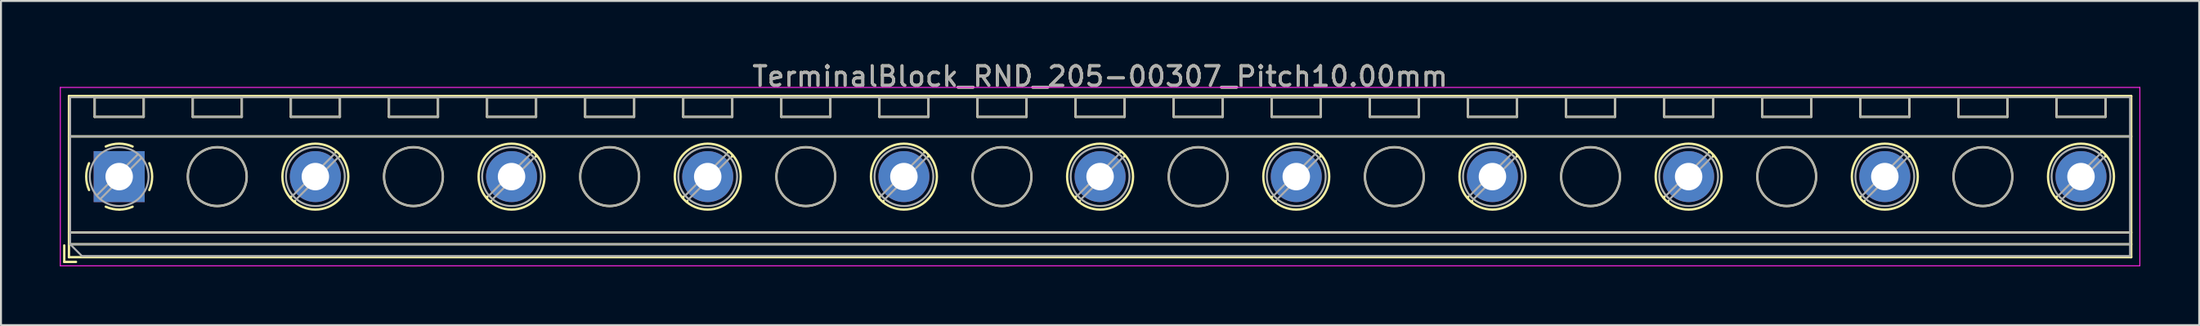
<source format=kicad_pcb>
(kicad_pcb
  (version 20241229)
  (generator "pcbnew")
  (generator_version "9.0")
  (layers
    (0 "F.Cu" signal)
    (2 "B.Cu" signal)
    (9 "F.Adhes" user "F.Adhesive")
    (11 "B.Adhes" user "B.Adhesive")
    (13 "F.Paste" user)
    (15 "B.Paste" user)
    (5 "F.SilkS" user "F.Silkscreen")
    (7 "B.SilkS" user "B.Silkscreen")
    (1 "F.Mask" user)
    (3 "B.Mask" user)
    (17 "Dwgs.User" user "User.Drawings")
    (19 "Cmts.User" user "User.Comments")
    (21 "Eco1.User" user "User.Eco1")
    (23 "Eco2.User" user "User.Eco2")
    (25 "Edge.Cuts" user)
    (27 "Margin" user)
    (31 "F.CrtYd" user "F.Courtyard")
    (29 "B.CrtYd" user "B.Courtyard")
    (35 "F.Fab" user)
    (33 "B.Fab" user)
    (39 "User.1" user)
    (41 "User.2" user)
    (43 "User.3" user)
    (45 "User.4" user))
  (footprint "TerminalBlock_RND_205-00307_Pitch10.00mm"
    (layer "F.Cu")
    (at 3.025 5.958)
    (property "Reference" "TerminalBlock_RND_205-00307_Pitch10.00mm" (at 50 -5.11 0) (layer "F.SilkS") (effects (font (size 1 1) (thickness 0.15))))
    (attr through_hole)
    (fp_line (start -2.8 3.51) (end -2.8 4.35) (stroke (width 0.12) (type solid)) (layer "F.SilkS"))
    (fp_line (start -2.8 4.35) (end -2.2 4.35) (stroke (width 0.12) (type solid)) (layer "F.SilkS"))
    (fp_line (start -2.56 -4.11) (end -2.56 4.11) (stroke (width 0.12) (type solid)) (layer "F.SilkS"))
    (fp_line (start -2.56 -2.05) (end 102.56 -2.05) (stroke (width 0.12) (type solid)) (layer "F.SilkS"))
    (fp_line (start -2.56 2.85) (end 102.56 2.85) (stroke (width 0.12) (type solid)) (layer "F.SilkS"))
    (fp_line (start -2.56 3.45) (end 102.56 3.45) (stroke (width 0.12) (type solid)) (layer "F.SilkS"))
    (fp_line (start -2.56 4.11) (end 102.56 4.11) (stroke (width 0.12) (type solid)) (layer "F.SilkS"))
    (fp_line (start -1.25 -4.05) (end -1.25 -3.05) (stroke (width 0.12) (type solid)) (layer "F.SilkS"))
    (fp_line (start -1.25 -4.05) (end 1.25 -4.05) (stroke (width 0.12) (type solid)) (layer "F.SilkS"))
    (fp_line (start -1.25 -3.05) (end 1.25 -3.05) (stroke (width 0.12) (type solid)) (layer "F.SilkS"))
    (fp_line (start 1.25 -4.05) (end 1.25 -3.05) (stroke (width 0.12) (type solid)) (layer "F.SilkS"))
    (fp_line (start 3.75 -4.05) (end 3.75 -3.05) (stroke (width 0.12) (type solid)) (layer "F.SilkS"))
    (fp_line (start 3.75 -4.05) (end 6.25 -4.05) (stroke (width 0.12) (type solid)) (layer "F.SilkS"))
    (fp_line (start 3.75 -3.05) (end 6.25 -3.05) (stroke (width 0.12) (type solid)) (layer "F.SilkS"))
    (fp_line (start 6.25 -4.05) (end 6.25 -3.05) (stroke (width 0.12) (type solid)) (layer "F.SilkS"))
    (fp_line (start 8.75 -4.05) (end 8.75 -3.05) (stroke (width 0.12) (type solid)) (layer "F.SilkS"))
    (fp_line (start 8.75 -4.05) (end 11.25 -4.05) (stroke (width 0.12) (type solid)) (layer "F.SilkS"))
    (fp_line (start 8.75 -3.05) (end 11.25 -3.05) (stroke (width 0.12) (type solid)) (layer "F.SilkS"))
    (fp_line (start 8.773 1.023) (end 8.726 1.069) (stroke (width 0.12) (type solid)) (layer "F.SilkS"))
    (fp_line (start 8.966 1.239) (end 8.931 1.274) (stroke (width 0.12) (type solid)) (layer "F.SilkS"))
    (fp_line (start 11.07 -1.275) (end 11.035 -1.239) (stroke (width 0.12) (type solid)) (layer "F.SilkS"))
    (fp_line (start 11.25 -4.05) (end 11.25 -3.05) (stroke (width 0.12) (type solid)) (layer "F.SilkS"))
    (fp_line (start 11.275 -1.069) (end 11.228 -1.023) (stroke (width 0.12) (type solid)) (layer "F.SilkS"))
    (fp_line (start 13.75 -4.05) (end 13.75 -3.05) (stroke (width 0.12) (type solid)) (layer "F.SilkS"))
    (fp_line (start 13.75 -4.05) (end 16.25 -4.05) (stroke (width 0.12) (type solid)) (layer "F.SilkS"))
    (fp_line (start 13.75 -3.05) (end 16.25 -3.05) (stroke (width 0.12) (type solid)) (layer "F.SilkS"))
    (fp_line (start 16.25 -4.05) (end 16.25 -3.05) (stroke (width 0.12) (type solid)) (layer "F.SilkS"))
    (fp_line (start 18.75 -4.05) (end 18.75 -3.05) (stroke (width 0.12) (type solid)) (layer "F.SilkS"))
    (fp_line (start 18.75 -4.05) (end 21.25 -4.05) (stroke (width 0.12) (type solid)) (layer "F.SilkS"))
    (fp_line (start 18.75 -3.05) (end 21.25 -3.05) (stroke (width 0.12) (type solid)) (layer "F.SilkS"))
    (fp_line (start 18.773 1.023) (end 18.726 1.069) (stroke (width 0.12) (type solid)) (layer "F.SilkS"))
    (fp_line (start 18.966 1.239) (end 18.931 1.274) (stroke (width 0.12) (type solid)) (layer "F.SilkS"))
    (fp_line (start 21.07 -1.275) (end 21.035 -1.239) (stroke (width 0.12) (type solid)) (layer "F.SilkS"))
    (fp_line (start 21.25 -4.05) (end 21.25 -3.05) (stroke (width 0.12) (type solid)) (layer "F.SilkS"))
    (fp_line (start 21.275 -1.069) (end 21.228 -1.023) (stroke (width 0.12) (type solid)) (layer "F.SilkS"))
    (fp_line (start 23.75 -4.05) (end 23.75 -3.05) (stroke (width 0.12) (type solid)) (layer "F.SilkS"))
    (fp_line (start 23.75 -4.05) (end 26.25 -4.05) (stroke (width 0.12) (type solid)) (layer "F.SilkS"))
    (fp_line (start 23.75 -3.05) (end 26.25 -3.05) (stroke (width 0.12) (type solid)) (layer "F.SilkS"))
    (fp_line (start 26.25 -4.05) (end 26.25 -3.05) (stroke (width 0.12) (type solid)) (layer "F.SilkS"))
    (fp_line (start 28.75 -4.05) (end 28.75 -3.05) (stroke (width 0.12) (type solid)) (layer "F.SilkS"))
    (fp_line (start 28.75 -4.05) (end 31.25 -4.05) (stroke (width 0.12) (type solid)) (layer "F.SilkS"))
    (fp_line (start 28.75 -3.05) (end 31.25 -3.05) (stroke (width 0.12) (type solid)) (layer "F.SilkS"))
    (fp_line (start 28.773 1.023) (end 28.726 1.069) (stroke (width 0.12) (type solid)) (layer "F.SilkS"))
    (fp_line (start 28.966 1.239) (end 28.931 1.274) (stroke (width 0.12) (type solid)) (layer "F.SilkS"))
    (fp_line (start 31.07 -1.275) (end 31.035 -1.239) (stroke (width 0.12) (type solid)) (layer "F.SilkS"))
    (fp_line (start 31.25 -4.05) (end 31.25 -3.05) (stroke (width 0.12) (type solid)) (layer "F.SilkS"))
    (fp_line (start 31.275 -1.069) (end 31.228 -1.023) (stroke (width 0.12) (type solid)) (layer "F.SilkS"))
    (fp_line (start 33.75 -4.05) (end 33.75 -3.05) (stroke (width 0.12) (type solid)) (layer "F.SilkS"))
    (fp_line (start 33.75 -4.05) (end 36.25 -4.05) (stroke (width 0.12) (type solid)) (layer "F.SilkS"))
    (fp_line (start 33.75 -3.05) (end 36.25 -3.05) (stroke (width 0.12) (type solid)) (layer "F.SilkS"))
    (fp_line (start 36.25 -4.05) (end 36.25 -3.05) (stroke (width 0.12) (type solid)) (layer "F.SilkS"))
    (fp_line (start 38.75 -4.05) (end 38.75 -3.05) (stroke (width 0.12) (type solid)) (layer "F.SilkS"))
    (fp_line (start 38.75 -4.05) (end 41.25 -4.05) (stroke (width 0.12) (type solid)) (layer "F.SilkS"))
    (fp_line (start 38.75 -3.05) (end 41.25 -3.05) (stroke (width 0.12) (type solid)) (layer "F.SilkS"))
    (fp_line (start 38.773 1.023) (end 38.726 1.069) (stroke (width 0.12) (type solid)) (layer "F.SilkS"))
    (fp_line (start 38.966 1.239) (end 38.931 1.274) (stroke (width 0.12) (type solid)) (layer "F.SilkS"))
    (fp_line (start 41.07 -1.275) (end 41.035 -1.239) (stroke (width 0.12) (type solid)) (layer "F.SilkS"))
    (fp_line (start 41.25 -4.05) (end 41.25 -3.05) (stroke (width 0.12) (type solid)) (layer "F.SilkS"))
    (fp_line (start 41.275 -1.069) (end 41.228 -1.023) (stroke (width 0.12) (type solid)) (layer "F.SilkS"))
    (fp_line (start 43.75 -4.05) (end 43.75 -3.05) (stroke (width 0.12) (type solid)) (layer "F.SilkS"))
    (fp_line (start 43.75 -4.05) (end 46.25 -4.05) (stroke (width 0.12) (type solid)) (layer "F.SilkS"))
    (fp_line (start 43.75 -3.05) (end 46.25 -3.05) (stroke (width 0.12) (type solid)) (layer "F.SilkS"))
    (fp_line (start 46.25 -4.05) (end 46.25 -3.05) (stroke (width 0.12) (type solid)) (layer "F.SilkS"))
    (fp_line (start 48.75 -4.05) (end 48.75 -3.05) (stroke (width 0.12) (type solid)) (layer "F.SilkS"))
    (fp_line (start 48.75 -4.05) (end 51.25 -4.05) (stroke (width 0.12) (type solid)) (layer "F.SilkS"))
    (fp_line (start 48.75 -3.05) (end 51.25 -3.05) (stroke (width 0.12) (type solid)) (layer "F.SilkS"))
    (fp_line (start 48.773 1.023) (end 48.726 1.069) (stroke (width 0.12) (type solid)) (layer "F.SilkS"))
    (fp_line (start 48.966 1.239) (end 48.931 1.274) (stroke (width 0.12) (type solid)) (layer "F.SilkS"))
    (fp_line (start 51.07 -1.275) (end 51.035 -1.239) (stroke (width 0.12) (type solid)) (layer "F.SilkS"))
    (fp_line (start 51.25 -4.05) (end 51.25 -3.05) (stroke (width 0.12) (type solid)) (layer "F.SilkS"))
    (fp_line (start 51.275 -1.069) (end 51.228 -1.023) (stroke (width 0.12) (type solid)) (layer "F.SilkS"))
    (fp_line (start 53.75 -4.05) (end 53.75 -3.05) (stroke (width 0.12) (type solid)) (layer "F.SilkS"))
    (fp_line (start 53.75 -4.05) (end 56.25 -4.05) (stroke (width 0.12) (type solid)) (layer "F.SilkS"))
    (fp_line (start 53.75 -3.05) (end 56.25 -3.05) (stroke (width 0.12) (type solid)) (layer "F.SilkS"))
    (fp_line (start 56.25 -4.05) (end 56.25 -3.05) (stroke (width 0.12) (type solid)) (layer "F.SilkS"))
    (fp_line (start 58.75 -4.05) (end 58.75 -3.05) (stroke (width 0.12) (type solid)) (layer "F.SilkS"))
    (fp_line (start 58.75 -4.05) (end 61.25 -4.05) (stroke (width 0.12) (type solid)) (layer "F.SilkS"))
    (fp_line (start 58.75 -3.05) (end 61.25 -3.05) (stroke (width 0.12) (type solid)) (layer "F.SilkS"))
    (fp_line (start 58.773 1.023) (end 58.726 1.069) (stroke (width 0.12) (type solid)) (layer "F.SilkS"))
    (fp_line (start 58.966 1.239) (end 58.931 1.274) (stroke (width 0.12) (type solid)) (layer "F.SilkS"))
    (fp_line (start 61.07 -1.275) (end 61.035 -1.239) (stroke (width 0.12) (type solid)) (layer "F.SilkS"))
    (fp_line (start 61.25 -4.05) (end 61.25 -3.05) (stroke (width 0.12) (type solid)) (layer "F.SilkS"))
    (fp_line (start 61.275 -1.069) (end 61.228 -1.023) (stroke (width 0.12) (type solid)) (layer "F.SilkS"))
    (fp_line (start 63.75 -4.05) (end 63.75 -3.05) (stroke (width 0.12) (type solid)) (layer "F.SilkS"))
    (fp_line (start 63.75 -4.05) (end 66.25 -4.05) (stroke (width 0.12) (type solid)) (layer "F.SilkS"))
    (fp_line (start 63.75 -3.05) (end 66.25 -3.05) (stroke (width 0.12) (type solid)) (layer "F.SilkS"))
    (fp_line (start 66.25 -4.05) (end 66.25 -3.05) (stroke (width 0.12) (type solid)) (layer "F.SilkS"))
    (fp_line (start 68.75 -4.05) (end 68.75 -3.05) (stroke (width 0.12) (type solid)) (layer "F.SilkS"))
    (fp_line (start 68.75 -4.05) (end 71.25 -4.05) (stroke (width 0.12) (type solid)) (layer "F.SilkS"))
    (fp_line (start 68.75 -3.05) (end 71.25 -3.05) (stroke (width 0.12) (type solid)) (layer "F.SilkS"))
    (fp_line (start 68.773 1.023) (end 68.726 1.069) (stroke (width 0.12) (type solid)) (layer "F.SilkS"))
    (fp_line (start 68.966 1.239) (end 68.931 1.274) (stroke (width 0.12) (type solid)) (layer "F.SilkS"))
    (fp_line (start 71.07 -1.275) (end 71.035 -1.239) (stroke (width 0.12) (type solid)) (layer "F.SilkS"))
    (fp_line (start 71.25 -4.05) (end 71.25 -3.05) (stroke (width 0.12) (type solid)) (layer "F.SilkS"))
    (fp_line (start 71.275 -1.069) (end 71.228 -1.023) (stroke (width 0.12) (type solid)) (layer "F.SilkS"))
    (fp_line (start 73.75 -4.05) (end 73.75 -3.05) (stroke (width 0.12) (type solid)) (layer "F.SilkS"))
    (fp_line (start 73.75 -4.05) (end 76.25 -4.05) (stroke (width 0.12) (type solid)) (layer "F.SilkS"))
    (fp_line (start 73.75 -3.05) (end 76.25 -3.05) (stroke (width 0.12) (type solid)) (layer "F.SilkS"))
    (fp_line (start 76.25 -4.05) (end 76.25 -3.05) (stroke (width 0.12) (type solid)) (layer "F.SilkS"))
    (fp_line (start 78.75 -4.05) (end 78.75 -3.05) (stroke (width 0.12) (type solid)) (layer "F.SilkS"))
    (fp_line (start 78.75 -4.05) (end 81.25 -4.05) (stroke (width 0.12) (type solid)) (layer "F.SilkS"))
    (fp_line (start 78.75 -3.05) (end 81.25 -3.05) (stroke (width 0.12) (type solid)) (layer "F.SilkS"))
    (fp_line (start 78.773 1.023) (end 78.726 1.069) (stroke (width 0.12) (type solid)) (layer "F.SilkS"))
    (fp_line (start 78.966 1.239) (end 78.931 1.274) (stroke (width 0.12) (type solid)) (layer "F.SilkS"))
    (fp_line (start 81.07 -1.275) (end 81.035 -1.239) (stroke (width 0.12) (type solid)) (layer "F.SilkS"))
    (fp_line (start 81.25 -4.05) (end 81.25 -3.05) (stroke (width 0.12) (type solid)) (layer "F.SilkS"))
    (fp_line (start 81.275 -1.069) (end 81.228 -1.023) (stroke (width 0.12) (type solid)) (layer "F.SilkS"))
    (fp_line (start 83.75 -4.05) (end 83.75 -3.05) (stroke (width 0.12) (type solid)) (layer "F.SilkS"))
    (fp_line (start 83.75 -4.05) (end 86.25 -4.05) (stroke (width 0.12) (type solid)) (layer "F.SilkS"))
    (fp_line (start 83.75 -3.05) (end 86.25 -3.05) (stroke (width 0.12) (type solid)) (layer "F.SilkS"))
    (fp_line (start 86.25 -4.05) (end 86.25 -3.05) (stroke (width 0.12) (type solid)) (layer "F.SilkS"))
    (fp_line (start 88.75 -4.05) (end 88.75 -3.05) (stroke (width 0.12) (type solid)) (layer "F.SilkS"))
    (fp_line (start 88.75 -4.05) (end 91.25 -4.05) (stroke (width 0.12) (type solid)) (layer "F.SilkS"))
    (fp_line (start 88.75 -3.05) (end 91.25 -3.05) (stroke (width 0.12) (type solid)) (layer "F.SilkS"))
    (fp_line (start 88.773 1.023) (end 88.726 1.069) (stroke (width 0.12) (type solid)) (layer "F.SilkS"))
    (fp_line (start 88.966 1.239) (end 88.931 1.274) (stroke (width 0.12) (type solid)) (layer "F.SilkS"))
    (fp_line (start 91.07 -1.275) (end 91.035 -1.239) (stroke (width 0.12) (type solid)) (layer "F.SilkS"))
    (fp_line (start 91.25 -4.05) (end 91.25 -3.05) (stroke (width 0.12) (type solid)) (layer "F.SilkS"))
    (fp_line (start 91.275 -1.069) (end 91.228 -1.023) (stroke (width 0.12) (type solid)) (layer "F.SilkS"))
    (fp_line (start 93.75 -4.05) (end 93.75 -3.05) (stroke (width 0.12) (type solid)) (layer "F.SilkS"))
    (fp_line (start 93.75 -4.05) (end 96.25 -4.05) (stroke (width 0.12) (type solid)) (layer "F.SilkS"))
    (fp_line (start 93.75 -3.05) (end 96.25 -3.05) (stroke (width 0.12) (type solid)) (layer "F.SilkS"))
    (fp_line (start 96.25 -4.05) (end 96.25 -3.05) (stroke (width 0.12) (type solid)) (layer "F.SilkS"))
    (fp_line (start 98.75 -4.05) (end 98.75 -3.05) (stroke (width 0.12) (type solid)) (layer "F.SilkS"))
    (fp_line (start 98.75 -4.05) (end 101.25 -4.05) (stroke (width 0.12) (type solid)) (layer "F.SilkS"))
    (fp_line (start 98.75 -3.05) (end 101.25 -3.05) (stroke (width 0.12) (type solid)) (layer "F.SilkS"))
    (fp_line (start 98.773 1.023) (end 98.726 1.069) (stroke (width 0.12) (type solid)) (layer "F.SilkS"))
    (fp_line (start 98.966 1.239) (end 98.931 1.274) (stroke (width 0.12) (type solid)) (layer "F.SilkS"))
    (fp_line (start 101.07 -1.275) (end 101.035 -1.239) (stroke (width 0.12) (type solid)) (layer "F.SilkS"))
    (fp_line (start 101.25 -4.05) (end 101.25 -3.05) (stroke (width 0.12) (type solid)) (layer "F.SilkS"))
    (fp_line (start 101.275 -1.069) (end 101.228 -1.023) (stroke (width 0.12) (type solid)) (layer "F.SilkS"))
    (fp_line (start 102.56 -4.11) (end -2.56 -4.11) (stroke (width 0.12) (type solid)) (layer "F.SilkS"))
    (fp_line (start 102.56 4.11) (end 102.56 -4.11) (stroke (width 0.12) (type solid)) (layer "F.SilkS"))
    (fp_arc (start -1.535427 0.683042) (mid -1.680501 -0.000524) (end -1.535 -0.684) (stroke (width 0.12) (type solid)) (layer "F.SilkS"))
    (fp_arc (start -0.683042 -1.535427) (mid 0.000524 -1.680501) (end 0.684 -1.535) (stroke (width 0.12) (type solid)) (layer "F.SilkS"))
    (fp_arc (start 0.028805 1.680253) (mid -0.335551 1.646659) (end -0.684 1.535) (stroke (width 0.12) (type solid)) (layer "F.SilkS"))
    (fp_arc (start 0.683318 1.534756) (mid 0.349292 1.643288) (end 0 1.68) (stroke (width 0.12) (type solid)) (layer "F.SilkS"))
    (fp_arc (start 1.535427 -0.683042) (mid 1.680501 0.000524) (end 1.535 0.684) (stroke (width 0.12) (type solid)) (layer "F.SilkS"))
    (fp_circle (center 5 0) (end 6.5 0) (stroke (width 0.12) (type solid)) (fill no) (layer "F.SilkS"))
    (fp_circle (center 10 0) (end 11.68 0) (stroke (width 0.12) (type solid)) (fill no) (layer "F.SilkS"))
    (fp_circle (center 15 0) (end 16.5 0) (stroke (width 0.12) (type solid)) (fill no) (layer "F.SilkS"))
    (fp_circle (center 20 0) (end 21.68 0) (stroke (width 0.12) (type solid)) (fill no) (layer "F.SilkS"))
    (fp_circle (center 25 0) (end 26.5 0) (stroke (width 0.12) (type solid)) (fill no) (layer "F.SilkS"))
    (fp_circle (center 30 0) (end 31.68 0) (stroke (width 0.12) (type solid)) (fill no) (layer "F.SilkS"))
    (fp_circle (center 35 0) (end 36.5 0) (stroke (width 0.12) (type solid)) (fill no) (layer "F.SilkS"))
    (fp_circle (center 40 0) (end 41.68 0) (stroke (width 0.12) (type solid)) (fill no) (layer "F.SilkS"))
    (fp_circle (center 45 0) (end 46.5 0) (stroke (width 0.12) (type solid)) (fill no) (layer "F.SilkS"))
    (fp_circle (center 50 0) (end 51.68 0) (stroke (width 0.12) (type solid)) (fill no) (layer "F.SilkS"))
    (fp_circle (center 55 0) (end 56.5 0) (stroke (width 0.12) (type solid)) (fill no) (layer "F.SilkS"))
    (fp_circle (center 60 0) (end 61.68 0) (stroke (width 0.12) (type solid)) (fill no) (layer "F.SilkS"))
    (fp_circle (center 65 0) (end 66.5 0) (stroke (width 0.12) (type solid)) (fill no) (layer "F.SilkS"))
    (fp_circle (center 70 0) (end 71.68 0) (stroke (width 0.12) (type solid)) (fill no) (layer "F.SilkS"))
    (fp_circle (center 75 0) (end 76.5 0) (stroke (width 0.12) (type solid)) (fill no) (layer "F.SilkS"))
    (fp_circle (center 80 0) (end 81.68 0) (stroke (width 0.12) (type solid)) (fill no) (layer "F.SilkS"))
    (fp_circle (center 85 0) (end 86.5 0) (stroke (width 0.12) (type solid)) (fill no) (layer "F.SilkS"))
    (fp_circle (center 90 0) (end 91.68 0) (stroke (width 0.12) (type solid)) (fill no) (layer "F.SilkS"))
    (fp_circle (center 95 0) (end 96.5 0) (stroke (width 0.12) (type solid)) (fill no) (layer "F.SilkS"))
    (fp_circle (center 100 0) (end 101.68 0) (stroke (width 0.12) (type solid)) (fill no) (layer "F.SilkS"))
    (fp_line (start -3 -4.55) (end -3 4.55) (stroke (width 0.05) (type solid)) (layer "F.CrtYd"))
    (fp_line (start -3 4.55) (end 103 4.55) (stroke (width 0.05) (type solid)) (layer "F.CrtYd"))
    (fp_line (start 103 -4.55) (end -3 -4.55) (stroke (width 0.05) (type solid)) (layer "F.CrtYd"))
    (fp_line (start 103 4.55) (end 103 -4.55) (stroke (width 0.05) (type solid)) (layer "F.CrtYd"))
    (fp_line (start -2.5 -4.05) (end 102.5 -4.05) (stroke (width 0.1) (type solid)) (layer "F.Fab"))
    (fp_line (start -2.5 -2.05) (end 102.5 -2.05) (stroke (width 0.1) (type solid)) (layer "F.Fab"))
    (fp_line (start -2.5 2.85) (end 102.5 2.85) (stroke (width 0.1) (type solid)) (layer "F.Fab"))
    (fp_line (start -2.5 3.45) (end -2.5 -4.05) (stroke (width 0.1) (type solid)) (layer "F.Fab"))
    (fp_line (start -2.5 3.45) (end 102.5 3.45) (stroke (width 0.1) (type solid)) (layer "F.Fab"))
    (fp_line (start -1.9 4.05) (end -2.5 3.45) (stroke (width 0.1) (type solid)) (layer "F.Fab"))
    (fp_line (start -1.25 -4.05) (end -1.25 -3.05) (stroke (width 0.1) (type solid)) (layer "F.Fab"))
    (fp_line (start -1.25 -3.05) (end 1.25 -3.05) (stroke (width 0.1) (type solid)) (layer "F.Fab"))
    (fp_line (start 0.955 -1.138) (end -1.138 0.955) (stroke (width 0.1) (type solid)) (layer "F.Fab"))
    (fp_line (start 1.138 -0.955) (end -0.955 1.138) (stroke (width 0.1) (type solid)) (layer "F.Fab"))
    (fp_line (start 1.25 -4.05) (end -1.25 -4.05) (stroke (width 0.1) (type solid)) (layer "F.Fab"))
    (fp_line (start 1.25 -3.05) (end 1.25 -4.05) (stroke (width 0.1) (type solid)) (layer "F.Fab"))
    (fp_line (start 3.75 -4.05) (end 3.75 -3.05) (stroke (width 0.1) (type solid)) (layer "F.Fab"))
    (fp_line (start 3.75 -3.05) (end 6.25 -3.05) (stroke (width 0.1) (type solid)) (layer "F.Fab"))
    (fp_line (start 6.25 -4.05) (end 3.75 -4.05) (stroke (width 0.1) (type solid)) (layer "F.Fab"))
    (fp_line (start 6.25 -3.05) (end 6.25 -4.05) (stroke (width 0.1) (type solid)) (layer "F.Fab"))
    (fp_line (start 8.75 -4.05) (end 8.75 -3.05) (stroke (width 0.1) (type solid)) (layer "F.Fab"))
    (fp_line (start 8.75 -3.05) (end 11.25 -3.05) (stroke (width 0.1) (type solid)) (layer "F.Fab"))
    (fp_line (start 10.955 -1.138) (end 8.863 0.955) (stroke (width 0.1) (type solid)) (layer "F.Fab"))
    (fp_line (start 11.138 -0.955) (end 9.046 1.138) (stroke (width 0.1) (type solid)) (layer "F.Fab"))
    (fp_line (start 11.25 -4.05) (end 8.75 -4.05) (stroke (width 0.1) (type solid)) (layer "F.Fab"))
    (fp_line (start 11.25 -3.05) (end 11.25 -4.05) (stroke (width 0.1) (type solid)) (layer "F.Fab"))
    (fp_line (start 13.75 -4.05) (end 13.75 -3.05) (stroke (width 0.1) (type solid)) (layer "F.Fab"))
    (fp_line (start 13.75 -3.05) (end 16.25 -3.05) (stroke (width 0.1) (type solid)) (layer "F.Fab"))
    (fp_line (start 16.25 -4.05) (end 13.75 -4.05) (stroke (width 0.1) (type solid)) (layer "F.Fab"))
    (fp_line (start 16.25 -3.05) (end 16.25 -4.05) (stroke (width 0.1) (type solid)) (layer "F.Fab"))
    (fp_line (start 18.75 -4.05) (end 18.75 -3.05) (stroke (width 0.1) (type solid)) (layer "F.Fab"))
    (fp_line (start 18.75 -3.05) (end 21.25 -3.05) (stroke (width 0.1) (type solid)) (layer "F.Fab"))
    (fp_line (start 20.955 -1.138) (end 18.863 0.955) (stroke (width 0.1) (type solid)) (layer "F.Fab"))
    (fp_line (start 21.138 -0.955) (end 19.046 1.138) (stroke (width 0.1) (type solid)) (layer "F.Fab"))
    (fp_line (start 21.25 -4.05) (end 18.75 -4.05) (stroke (width 0.1) (type solid)) (layer "F.Fab"))
    (fp_line (start 21.25 -3.05) (end 21.25 -4.05) (stroke (width 0.1) (type solid)) (layer "F.Fab"))
    (fp_line (start 23.75 -4.05) (end 23.75 -3.05) (stroke (width 0.1) (type solid)) (layer "F.Fab"))
    (fp_line (start 23.75 -3.05) (end 26.25 -3.05) (stroke (width 0.1) (type solid)) (layer "F.Fab"))
    (fp_line (start 26.25 -4.05) (end 23.75 -4.05) (stroke (width 0.1) (type solid)) (layer "F.Fab"))
    (fp_line (start 26.25 -3.05) (end 26.25 -4.05) (stroke (width 0.1) (type solid)) (layer "F.Fab"))
    (fp_line (start 28.75 -4.05) (end 28.75 -3.05) (stroke (width 0.1) (type solid)) (layer "F.Fab"))
    (fp_line (start 28.75 -3.05) (end 31.25 -3.05) (stroke (width 0.1) (type solid)) (layer "F.Fab"))
    (fp_line (start 30.955 -1.138) (end 28.863 0.955) (stroke (width 0.1) (type solid)) (layer "F.Fab"))
    (fp_line (start 31.138 -0.955) (end 29.046 1.138) (stroke (width 0.1) (type solid)) (layer "F.Fab"))
    (fp_line (start 31.25 -4.05) (end 28.75 -4.05) (stroke (width 0.1) (type solid)) (layer "F.Fab"))
    (fp_line (start 31.25 -3.05) (end 31.25 -4.05) (stroke (width 0.1) (type solid)) (layer "F.Fab"))
    (fp_line (start 33.75 -4.05) (end 33.75 -3.05) (stroke (width 0.1) (type solid)) (layer "F.Fab"))
    (fp_line (start 33.75 -3.05) (end 36.25 -3.05) (stroke (width 0.1) (type solid)) (layer "F.Fab"))
    (fp_line (start 36.25 -4.05) (end 33.75 -4.05) (stroke (width 0.1) (type solid)) (layer "F.Fab"))
    (fp_line (start 36.25 -3.05) (end 36.25 -4.05) (stroke (width 0.1) (type solid)) (layer "F.Fab"))
    (fp_line (start 38.75 -4.05) (end 38.75 -3.05) (stroke (width 0.1) (type solid)) (layer "F.Fab"))
    (fp_line (start 38.75 -3.05) (end 41.25 -3.05) (stroke (width 0.1) (type solid)) (layer "F.Fab"))
    (fp_line (start 40.955 -1.138) (end 38.863 0.955) (stroke (width 0.1) (type solid)) (layer "F.Fab"))
    (fp_line (start 41.138 -0.955) (end 39.046 1.138) (stroke (width 0.1) (type solid)) (layer "F.Fab"))
    (fp_line (start 41.25 -4.05) (end 38.75 -4.05) (stroke (width 0.1) (type solid)) (layer "F.Fab"))
    (fp_line (start 41.25 -3.05) (end 41.25 -4.05) (stroke (width 0.1) (type solid)) (layer "F.Fab"))
    (fp_line (start 43.75 -4.05) (end 43.75 -3.05) (stroke (width 0.1) (type solid)) (layer "F.Fab"))
    (fp_line (start 43.75 -3.05) (end 46.25 -3.05) (stroke (width 0.1) (type solid)) (layer "F.Fab"))
    (fp_line (start 46.25 -4.05) (end 43.75 -4.05) (stroke (width 0.1) (type solid)) (layer "F.Fab"))
    (fp_line (start 46.25 -3.05) (end 46.25 -4.05) (stroke (width 0.1) (type solid)) (layer "F.Fab"))
    (fp_line (start 48.75 -4.05) (end 48.75 -3.05) (stroke (width 0.1) (type solid)) (layer "F.Fab"))
    (fp_line (start 48.75 -3.05) (end 51.25 -3.05) (stroke (width 0.1) (type solid)) (layer "F.Fab"))
    (fp_line (start 50.955 -1.138) (end 48.863 0.955) (stroke (width 0.1) (type solid)) (layer "F.Fab"))
    (fp_line (start 51.138 -0.955) (end 49.046 1.138) (stroke (width 0.1) (type solid)) (layer "F.Fab"))
    (fp_line (start 51.25 -4.05) (end 48.75 -4.05) (stroke (width 0.1) (type solid)) (layer "F.Fab"))
    (fp_line (start 51.25 -3.05) (end 51.25 -4.05) (stroke (width 0.1) (type solid)) (layer "F.Fab"))
    (fp_line (start 53.75 -4.05) (end 53.75 -3.05) (stroke (width 0.1) (type solid)) (layer "F.Fab"))
    (fp_line (start 53.75 -3.05) (end 56.25 -3.05) (stroke (width 0.1) (type solid)) (layer "F.Fab"))
    (fp_line (start 56.25 -4.05) (end 53.75 -4.05) (stroke (width 0.1) (type solid)) (layer "F.Fab"))
    (fp_line (start 56.25 -3.05) (end 56.25 -4.05) (stroke (width 0.1) (type solid)) (layer "F.Fab"))
    (fp_line (start 58.75 -4.05) (end 58.75 -3.05) (stroke (width 0.1) (type solid)) (layer "F.Fab"))
    (fp_line (start 58.75 -3.05) (end 61.25 -3.05) (stroke (width 0.1) (type solid)) (layer "F.Fab"))
    (fp_line (start 60.955 -1.138) (end 58.863 0.955) (stroke (width 0.1) (type solid)) (layer "F.Fab"))
    (fp_line (start 61.138 -0.955) (end 59.046 1.138) (stroke (width 0.1) (type solid)) (layer "F.Fab"))
    (fp_line (start 61.25 -4.05) (end 58.75 -4.05) (stroke (width 0.1) (type solid)) (layer "F.Fab"))
    (fp_line (start 61.25 -3.05) (end 61.25 -4.05) (stroke (width 0.1) (type solid)) (layer "F.Fab"))
    (fp_line (start 63.75 -4.05) (end 63.75 -3.05) (stroke (width 0.1) (type solid)) (layer "F.Fab"))
    (fp_line (start 63.75 -3.05) (end 66.25 -3.05) (stroke (width 0.1) (type solid)) (layer "F.Fab"))
    (fp_line (start 66.25 -4.05) (end 63.75 -4.05) (stroke (width 0.1) (type solid)) (layer "F.Fab"))
    (fp_line (start 66.25 -3.05) (end 66.25 -4.05) (stroke (width 0.1) (type solid)) (layer "F.Fab"))
    (fp_line (start 68.75 -4.05) (end 68.75 -3.05) (stroke (width 0.1) (type solid)) (layer "F.Fab"))
    (fp_line (start 68.75 -3.05) (end 71.25 -3.05) (stroke (width 0.1) (type solid)) (layer "F.Fab"))
    (fp_line (start 70.955 -1.138) (end 68.863 0.955) (stroke (width 0.1) (type solid)) (layer "F.Fab"))
    (fp_line (start 71.138 -0.955) (end 69.046 1.138) (stroke (width 0.1) (type solid)) (layer "F.Fab"))
    (fp_line (start 71.25 -4.05) (end 68.75 -4.05) (stroke (width 0.1) (type solid)) (layer "F.Fab"))
    (fp_line (start 71.25 -3.05) (end 71.25 -4.05) (stroke (width 0.1) (type solid)) (layer "F.Fab"))
    (fp_line (start 73.75 -4.05) (end 73.75 -3.05) (stroke (width 0.1) (type solid)) (layer "F.Fab"))
    (fp_line (start 73.75 -3.05) (end 76.25 -3.05) (stroke (width 0.1) (type solid)) (layer "F.Fab"))
    (fp_line (start 76.25 -4.05) (end 73.75 -4.05) (stroke (width 0.1) (type solid)) (layer "F.Fab"))
    (fp_line (start 76.25 -3.05) (end 76.25 -4.05) (stroke (width 0.1) (type solid)) (layer "F.Fab"))
    (fp_line (start 78.75 -4.05) (end 78.75 -3.05) (stroke (width 0.1) (type solid)) (layer "F.Fab"))
    (fp_line (start 78.75 -3.05) (end 81.25 -3.05) (stroke (width 0.1) (type solid)) (layer "F.Fab"))
    (fp_line (start 80.955 -1.138) (end 78.863 0.955) (stroke (width 0.1) (type solid)) (layer "F.Fab"))
    (fp_line (start 81.138 -0.955) (end 79.046 1.138) (stroke (width 0.1) (type solid)) (layer "F.Fab"))
    (fp_line (start 81.25 -4.05) (end 78.75 -4.05) (stroke (width 0.1) (type solid)) (layer "F.Fab"))
    (fp_line (start 81.25 -3.05) (end 81.25 -4.05) (stroke (width 0.1) (type solid)) (layer "F.Fab"))
    (fp_line (start 83.75 -4.05) (end 83.75 -3.05) (stroke (width 0.1) (type solid)) (layer "F.Fab"))
    (fp_line (start 83.75 -3.05) (end 86.25 -3.05) (stroke (width 0.1) (type solid)) (layer "F.Fab"))
    (fp_line (start 86.25 -4.05) (end 83.75 -4.05) (stroke (width 0.1) (type solid)) (layer "F.Fab"))
    (fp_line (start 86.25 -3.05) (end 86.25 -4.05) (stroke (width 0.1) (type solid)) (layer "F.Fab"))
    (fp_line (start 88.75 -4.05) (end 88.75 -3.05) (stroke (width 0.1) (type solid)) (layer "F.Fab"))
    (fp_line (start 88.75 -3.05) (end 91.25 -3.05) (stroke (width 0.1) (type solid)) (layer "F.Fab"))
    (fp_line (start 90.955 -1.138) (end 88.863 0.955) (stroke (width 0.1) (type solid)) (layer "F.Fab"))
    (fp_line (start 91.138 -0.955) (end 89.046 1.138) (stroke (width 0.1) (type solid)) (layer "F.Fab"))
    (fp_line (start 91.25 -4.05) (end 88.75 -4.05) (stroke (width 0.1) (type solid)) (layer "F.Fab"))
    (fp_line (start 91.25 -3.05) (end 91.25 -4.05) (stroke (width 0.1) (type solid)) (layer "F.Fab"))
    (fp_line (start 93.75 -4.05) (end 93.75 -3.05) (stroke (width 0.1) (type solid)) (layer "F.Fab"))
    (fp_line (start 93.75 -3.05) (end 96.25 -3.05) (stroke (width 0.1) (type solid)) (layer "F.Fab"))
    (fp_line (start 96.25 -4.05) (end 93.75 -4.05) (stroke (width 0.1) (type solid)) (layer "F.Fab"))
    (fp_line (start 96.25 -3.05) (end 96.25 -4.05) (stroke (width 0.1) (type solid)) (layer "F.Fab"))
    (fp_line (start 98.75 -4.05) (end 98.75 -3.05) (stroke (width 0.1) (type solid)) (layer "F.Fab"))
    (fp_line (start 98.75 -3.05) (end 101.25 -3.05) (stroke (width 0.1) (type solid)) (layer "F.Fab"))
    (fp_line (start 100.955 -1.138) (end 98.863 0.955) (stroke (width 0.1) (type solid)) (layer "F.Fab"))
    (fp_line (start 101.138 -0.955) (end 99.046 1.138) (stroke (width 0.1) (type solid)) (layer "F.Fab"))
    (fp_line (start 101.25 -4.05) (end 98.75 -4.05) (stroke (width 0.1) (type solid)) (layer "F.Fab"))
    (fp_line (start 101.25 -3.05) (end 101.25 -4.05) (stroke (width 0.1) (type solid)) (layer "F.Fab"))
    (fp_line (start 102.5 -4.05) (end 102.5 4.05) (stroke (width 0.1) (type solid)) (layer "F.Fab"))
    (fp_line (start 102.5 4.05) (end -1.9 4.05) (stroke (width 0.1) (type solid)) (layer "F.Fab"))
    (fp_circle (center 0 0) (end 1.5 0) (stroke (width 0.1) (type solid)) (fill no) (layer "F.Fab"))
    (fp_circle (center 5 0) (end 6.5 0) (stroke (width 0.1) (type solid)) (fill no) (layer "F.Fab"))
    (fp_circle (center 10 0) (end 11.5 0) (stroke (width 0.1) (type solid)) (fill no) (layer "F.Fab"))
    (fp_circle (center 15 0) (end 16.5 0) (stroke (width 0.1) (type solid)) (fill no) (layer "F.Fab"))
    (fp_circle (center 20 0) (end 21.5 0) (stroke (width 0.1) (type solid)) (fill no) (layer "F.Fab"))
    (fp_circle (center 25 0) (end 26.5 0) (stroke (width 0.1) (type solid)) (fill no) (layer "F.Fab"))
    (fp_circle (center 30 0) (end 31.5 0) (stroke (width 0.1) (type solid)) (fill no) (layer "F.Fab"))
    (fp_circle (center 35 0) (end 36.5 0) (stroke (width 0.1) (type solid)) (fill no) (layer "F.Fab"))
    (fp_circle (center 40 0) (end 41.5 0) (stroke (width 0.1) (type solid)) (fill no) (layer "F.Fab"))
    (fp_circle (center 45 0) (end 46.5 0) (stroke (width 0.1) (type solid)) (fill no) (layer "F.Fab"))
    (fp_circle (center 50 0) (end 51.5 0) (stroke (width 0.1) (type solid)) (fill no) (layer "F.Fab"))
    (fp_circle (center 55 0) (end 56.5 0) (stroke (width 0.1) (type solid)) (fill no) (layer "F.Fab"))
    (fp_circle (center 60 0) (end 61.5 0) (stroke (width 0.1) (type solid)) (fill no) (layer "F.Fab"))
    (fp_circle (center 65 0) (end 66.5 0) (stroke (width 0.1) (type solid)) (fill no) (layer "F.Fab"))
    (fp_circle (center 70 0) (end 71.5 0) (stroke (width 0.1) (type solid)) (fill no) (layer "F.Fab"))
    (fp_circle (center 75 0) (end 76.5 0) (stroke (width 0.1) (type solid)) (fill no) (layer "F.Fab"))
    (fp_circle (center 80 0) (end 81.5 0) (stroke (width 0.1) (type solid)) (fill no) (layer "F.Fab"))
    (fp_circle (center 85 0) (end 86.5 0) (stroke (width 0.1) (type solid)) (fill no) (layer "F.Fab"))
    (fp_circle (center 90 0) (end 91.5 0) (stroke (width 0.1) (type solid)) (fill no) (layer "F.Fab"))
    (fp_circle (center 95 0) (end 96.5 0) (stroke (width 0.1) (type solid)) (fill no) (layer "F.Fab"))
    (fp_circle (center 100 0) (end 101.5 0) (stroke (width 0.1) (type solid)) (fill no) (layer "F.Fab"))
    (fp_text user "${REFERENCE}" (at 50 -5.11 0) (layer "F.Fab") (effects (font (size 1 1) (thickness 0.15))))
    (pad "1" thru_hole rect (at 0 0) (size 2.6 2.6) (drill 1.4) (layers "*.Cu" "*.Mask"))
    (pad "2" thru_hole circle (at 10 0) (size 2.6 2.6) (drill 1.4) (layers "*.Cu" "*.Mask"))
    (pad "3" thru_hole circle (at 20 0) (size 2.6 2.6) (drill 1.4) (layers "*.Cu" "*.Mask"))
    (pad "4" thru_hole circle (at 30 0) (size 2.6 2.6) (drill 1.4) (layers "*.Cu" "*.Mask"))
    (pad "5" thru_hole circle (at 40 0) (size 2.6 2.6) (drill 1.4) (layers "*.Cu" "*.Mask"))
    (pad "6" thru_hole circle (at 50 0) (size 2.6 2.6) (drill 1.4) (layers "*.Cu" "*.Mask"))
    (pad "7" thru_hole circle (at 60 0) (size 2.6 2.6) (drill 1.4) (layers "*.Cu" "*.Mask"))
    (pad "8" thru_hole circle (at 70 0) (size 2.6 2.6) (drill 1.4) (layers "*.Cu" "*.Mask"))
    (pad "9" thru_hole circle (at 80 0) (size 2.6 2.6) (drill 1.4) (layers "*.Cu" "*.Mask"))
    (pad "10" thru_hole circle (at 90 0) (size 2.6 2.6) (drill 1.4) (layers "*.Cu" "*.Mask"))
    (pad "11" thru_hole circle (at 100 0) (size 2.6 2.6) (drill 1.4) (layers "*.Cu" "*.Mask")))
  (gr_rect
    (start -3 -3)
    (end 109.05 13.533)
    (stroke (width 0.1) (type default))
    (fill no)
    (layer "Edge.Cuts")))
</source>
